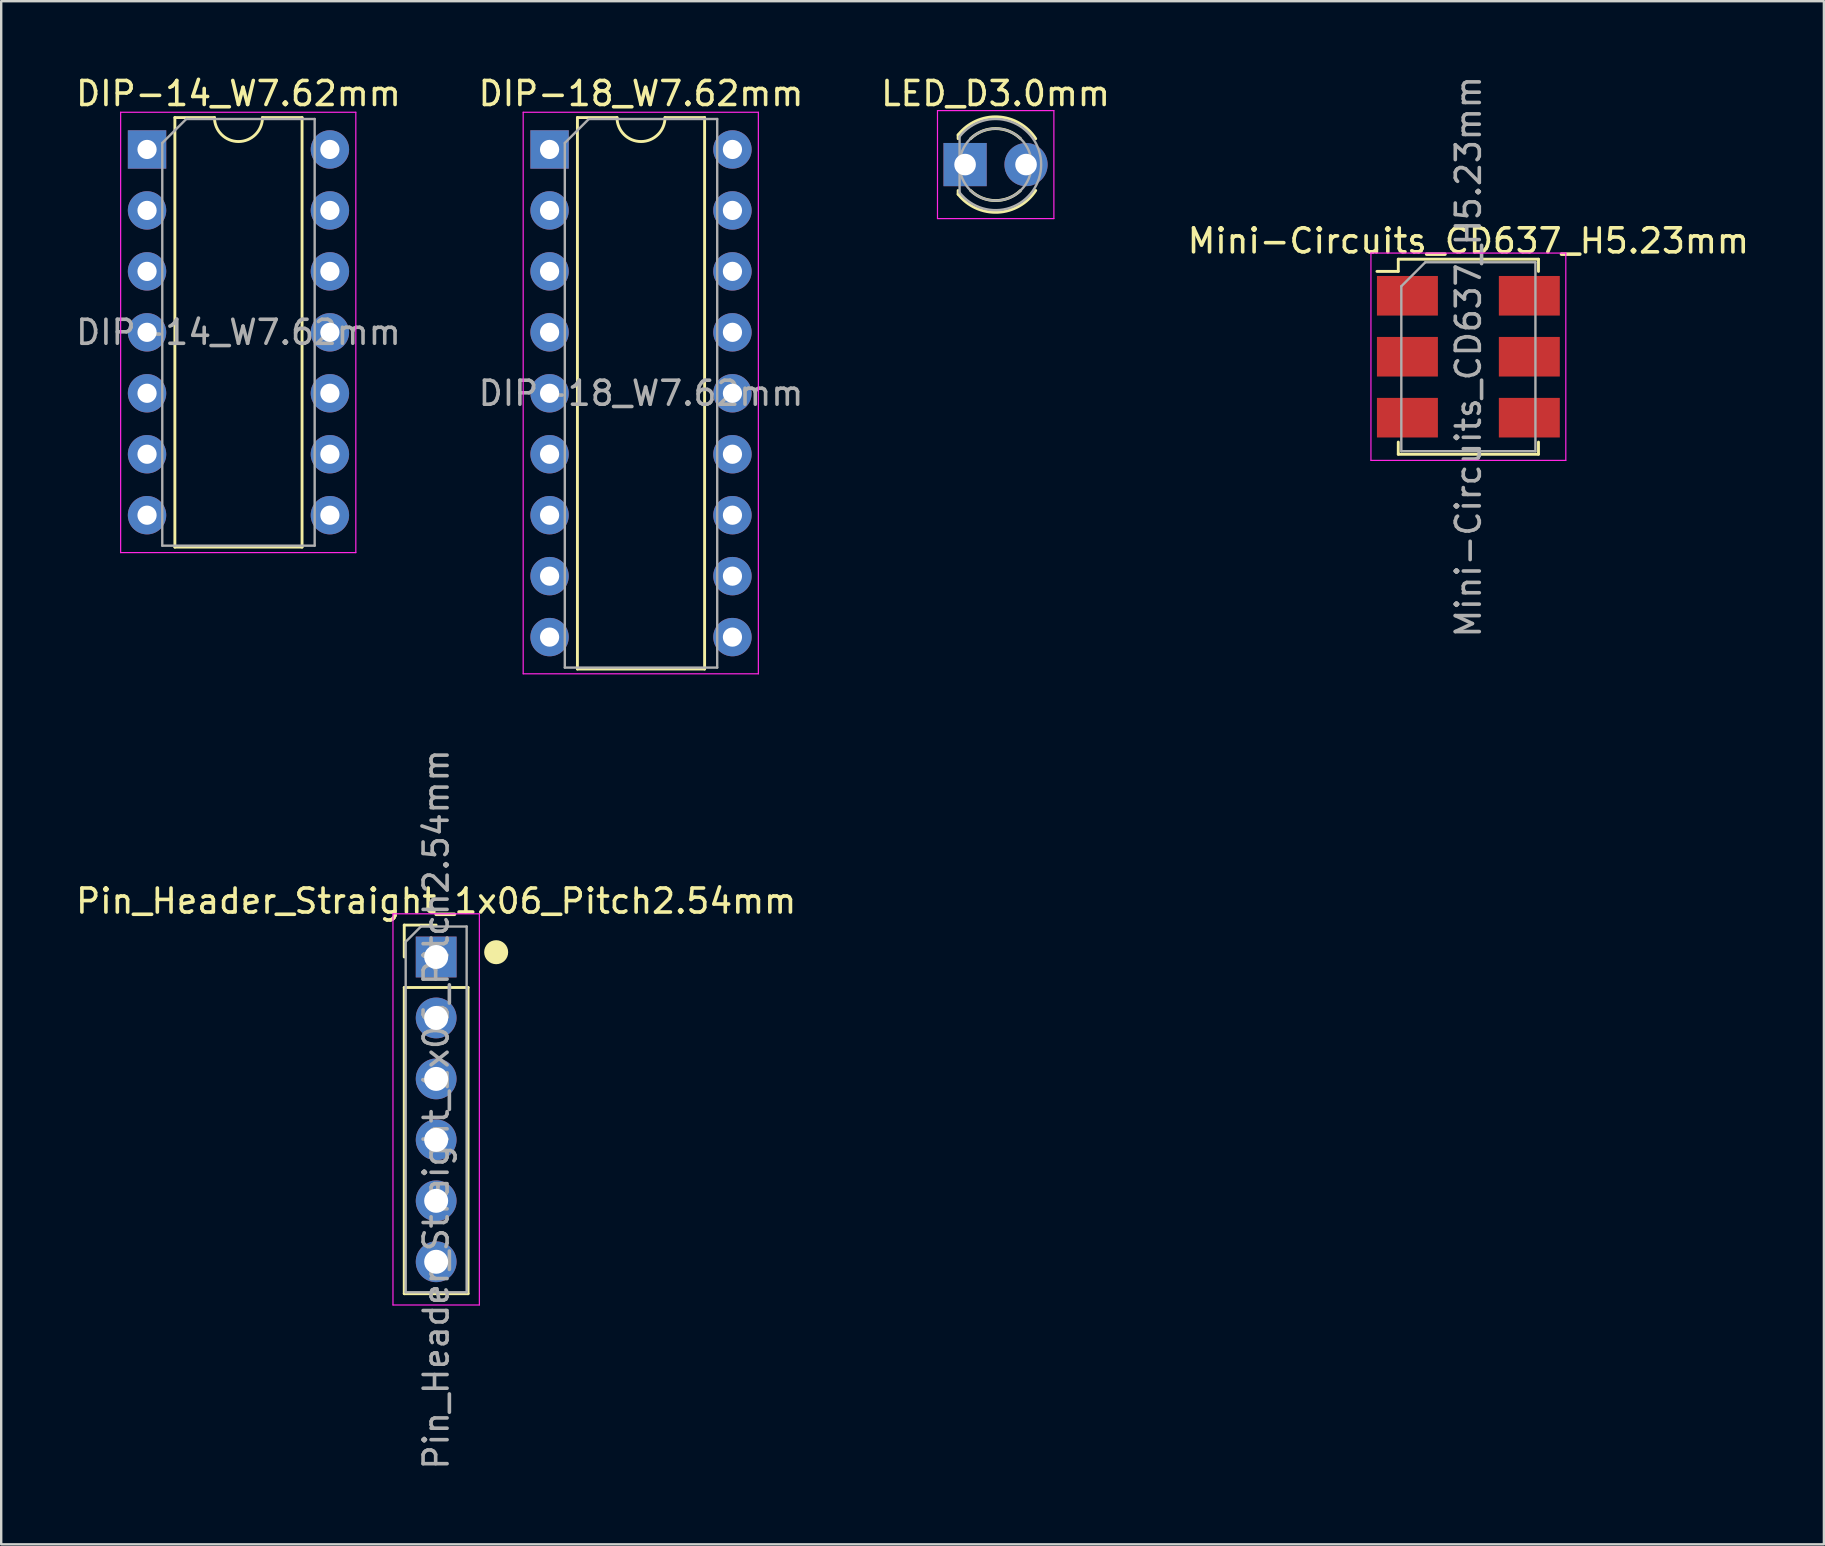
<source format=kicad_pcb>
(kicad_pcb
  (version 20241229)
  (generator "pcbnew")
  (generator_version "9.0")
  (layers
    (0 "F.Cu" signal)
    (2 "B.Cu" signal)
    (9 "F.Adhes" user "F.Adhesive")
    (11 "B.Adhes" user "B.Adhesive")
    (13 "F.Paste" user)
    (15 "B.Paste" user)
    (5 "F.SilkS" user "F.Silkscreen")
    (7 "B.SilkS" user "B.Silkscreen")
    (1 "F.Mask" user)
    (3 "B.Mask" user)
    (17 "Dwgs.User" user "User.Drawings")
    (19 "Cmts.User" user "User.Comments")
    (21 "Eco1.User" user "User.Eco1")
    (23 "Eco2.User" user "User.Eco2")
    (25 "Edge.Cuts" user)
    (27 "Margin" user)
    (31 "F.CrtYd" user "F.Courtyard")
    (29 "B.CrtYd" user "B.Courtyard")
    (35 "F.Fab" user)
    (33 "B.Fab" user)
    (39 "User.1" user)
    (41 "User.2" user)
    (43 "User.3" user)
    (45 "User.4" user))
  (footprint "DIP-18_W7.62mm"
    (layer "F.Cu")
    (at 19.851 3.178)
    (property "Reference" "DIP-18_W7.62mm" (at 3.81 -2.33 0) (layer "F.SilkS") (effects (font (size 1 1) (thickness 0.15))))
    (attr through_hole)
    (fp_line (start 1.16 -1.33) (end 1.16 21.65) (stroke (width 0.12) (type solid)) (layer "F.SilkS"))
    (fp_line (start 1.16 21.65) (end 6.46 21.65) (stroke (width 0.12) (type solid)) (layer "F.SilkS"))
    (fp_line (start 2.81 -1.33) (end 1.16 -1.33) (stroke (width 0.12) (type solid)) (layer "F.SilkS"))
    (fp_line (start 6.46 -1.33) (end 4.81 -1.33) (stroke (width 0.12) (type solid)) (layer "F.SilkS"))
    (fp_line (start 6.46 21.65) (end 6.46 -1.33) (stroke (width 0.12) (type solid)) (layer "F.SilkS"))
    (fp_arc (start 4.81 -1.33) (mid 3.81 -0.33) (end 2.81 -1.33) (stroke (width 0.12) (type solid)) (layer "F.SilkS"))
    (fp_line (start -1.1 -1.55) (end -1.1 21.85) (stroke (width 0.05) (type solid)) (layer "F.CrtYd"))
    (fp_line (start -1.1 21.85) (end 8.7 21.85) (stroke (width 0.05) (type solid)) (layer "F.CrtYd"))
    (fp_line (start 8.7 -1.55) (end -1.1 -1.55) (stroke (width 0.05) (type solid)) (layer "F.CrtYd"))
    (fp_line (start 8.7 21.85) (end 8.7 -1.55) (stroke (width 0.05) (type solid)) (layer "F.CrtYd"))
    (fp_line (start 0.635 -0.27) (end 1.635 -1.27) (stroke (width 0.1) (type solid)) (layer "F.Fab"))
    (fp_line (start 0.635 21.59) (end 0.635 -0.27) (stroke (width 0.1) (type solid)) (layer "F.Fab"))
    (fp_line (start 1.635 -1.27) (end 6.985 -1.27) (stroke (width 0.1) (type solid)) (layer "F.Fab"))
    (fp_line (start 6.985 -1.27) (end 6.985 21.59) (stroke (width 0.1) (type solid)) (layer "F.Fab"))
    (fp_line (start 6.985 21.59) (end 0.635 21.59) (stroke (width 0.1) (type solid)) (layer "F.Fab"))
    (fp_text user "${REFERENCE}" (at 3.81 10.16 0) (layer "F.Fab") (effects (font (size 1 1) (thickness 0.15))))
    (pad "1" thru_hole rect (at 0 0) (size 1.6 1.6) (drill 0.8) (layers "*.Cu" "*.Mask"))
    (pad "2" thru_hole oval (at 0 2.54) (size 1.6 1.6) (drill 0.8) (layers "*.Cu" "*.Mask"))
    (pad "3" thru_hole oval (at 0 5.08) (size 1.6 1.6) (drill 0.8) (layers "*.Cu" "*.Mask"))
    (pad "4" thru_hole oval (at 0 7.62) (size 1.6 1.6) (drill 0.8) (layers "*.Cu" "*.Mask"))
    (pad "5" thru_hole oval (at 0 10.16) (size 1.6 1.6) (drill 0.8) (layers "*.Cu" "*.Mask"))
    (pad "6" thru_hole oval (at 0 12.7) (size 1.6 1.6) (drill 0.8) (layers "*.Cu" "*.Mask"))
    (pad "7" thru_hole oval (at 0 15.24) (size 1.6 1.6) (drill 0.8) (layers "*.Cu" "*.Mask"))
    (pad "8" thru_hole oval (at 0 17.78) (size 1.6 1.6) (drill 0.8) (layers "*.Cu" "*.Mask"))
    (pad "9" thru_hole oval (at 0 20.32) (size 1.6 1.6) (drill 0.8) (layers "*.Cu" "*.Mask"))
    (pad "10" thru_hole oval (at 7.62 20.32) (size 1.6 1.6) (drill 0.8) (layers "*.Cu" "*.Mask"))
    (pad "11" thru_hole oval (at 7.62 17.78) (size 1.6 1.6) (drill 0.8) (layers "*.Cu" "*.Mask"))
    (pad "12" thru_hole oval (at 7.62 15.24) (size 1.6 1.6) (drill 0.8) (layers "*.Cu" "*.Mask"))
    (pad "13" thru_hole oval (at 7.62 12.7) (size 1.6 1.6) (drill 0.8) (layers "*.Cu" "*.Mask"))
    (pad "14" thru_hole oval (at 7.62 10.16) (size 1.6 1.6) (drill 0.8) (layers "*.Cu" "*.Mask"))
    (pad "15" thru_hole oval (at 7.62 7.62) (size 1.6 1.6) (drill 0.8) (layers "*.Cu" "*.Mask"))
    (pad "16" thru_hole oval (at 7.62 5.08) (size 1.6 1.6) (drill 0.8) (layers "*.Cu" "*.Mask"))
    (pad "17" thru_hole oval (at 7.62 2.54) (size 1.6 1.6) (drill 0.8) (layers "*.Cu" "*.Mask"))
    (pad "18" thru_hole oval (at 7.62 0) (size 1.6 1.6) (drill 0.8) (layers "*.Cu" "*.Mask")))
  (footprint "DIP-14_W7.62mm"
    (layer "F.Cu")
    (at 3.077 3.178)
    (property "Reference" "DIP-14_W7.62mm" (at 3.81 -2.33 0) (layer "F.SilkS") (effects (font (size 1 1) (thickness 0.15))))
    (attr through_hole)
    (fp_line (start 1.16 -1.33) (end 1.16 16.57) (stroke (width 0.12) (type solid)) (layer "F.SilkS"))
    (fp_line (start 1.16 16.57) (end 6.46 16.57) (stroke (width 0.12) (type solid)) (layer "F.SilkS"))
    (fp_line (start 2.81 -1.33) (end 1.16 -1.33) (stroke (width 0.12) (type solid)) (layer "F.SilkS"))
    (fp_line (start 6.46 -1.33) (end 4.81 -1.33) (stroke (width 0.12) (type solid)) (layer "F.SilkS"))
    (fp_line (start 6.46 16.57) (end 6.46 -1.33) (stroke (width 0.12) (type solid)) (layer "F.SilkS"))
    (fp_arc (start 4.81 -1.33) (mid 3.81 -0.33) (end 2.81 -1.33) (stroke (width 0.12) (type solid)) (layer "F.SilkS"))
    (fp_line (start -1.1 -1.55) (end -1.1 16.8) (stroke (width 0.05) (type solid)) (layer "F.CrtYd"))
    (fp_line (start -1.1 16.8) (end 8.7 16.8) (stroke (width 0.05) (type solid)) (layer "F.CrtYd"))
    (fp_line (start 8.7 -1.55) (end -1.1 -1.55) (stroke (width 0.05) (type solid)) (layer "F.CrtYd"))
    (fp_line (start 8.7 16.8) (end 8.7 -1.55) (stroke (width 0.05) (type solid)) (layer "F.CrtYd"))
    (fp_line (start 0.635 -0.27) (end 1.635 -1.27) (stroke (width 0.1) (type solid)) (layer "F.Fab"))
    (fp_line (start 0.635 16.51) (end 0.635 -0.27) (stroke (width 0.1) (type solid)) (layer "F.Fab"))
    (fp_line (start 1.635 -1.27) (end 6.985 -1.27) (stroke (width 0.1) (type solid)) (layer "F.Fab"))
    (fp_line (start 6.985 -1.27) (end 6.985 16.51) (stroke (width 0.1) (type solid)) (layer "F.Fab"))
    (fp_line (start 6.985 16.51) (end 0.635 16.51) (stroke (width 0.1) (type solid)) (layer "F.Fab"))
    (fp_text user "${REFERENCE}" (at 3.81 7.62 0) (layer "F.Fab") (effects (font (size 1 1) (thickness 0.15))))
    (pad "1" thru_hole rect (at 0 0) (size 1.6 1.6) (drill 0.8) (layers "*.Cu" "*.Mask"))
    (pad "2" thru_hole oval (at 0 2.54) (size 1.6 1.6) (drill 0.8) (layers "*.Cu" "*.Mask"))
    (pad "3" thru_hole oval (at 0 5.08) (size 1.6 1.6) (drill 0.8) (layers "*.Cu" "*.Mask"))
    (pad "4" thru_hole oval (at 0 7.62) (size 1.6 1.6) (drill 0.8) (layers "*.Cu" "*.Mask"))
    (pad "5" thru_hole oval (at 0 10.16) (size 1.6 1.6) (drill 0.8) (layers "*.Cu" "*.Mask"))
    (pad "6" thru_hole oval (at 0 12.7) (size 1.6 1.6) (drill 0.8) (layers "*.Cu" "*.Mask"))
    (pad "7" thru_hole oval (at 0 15.24) (size 1.6 1.6) (drill 0.8) (layers "*.Cu" "*.Mask"))
    (pad "8" thru_hole oval (at 7.62 15.24) (size 1.6 1.6) (drill 0.8) (layers "*.Cu" "*.Mask"))
    (pad "9" thru_hole oval (at 7.62 12.7) (size 1.6 1.6) (drill 0.8) (layers "*.Cu" "*.Mask"))
    (pad "10" thru_hole oval (at 7.62 10.16) (size 1.6 1.6) (drill 0.8) (layers "*.Cu" "*.Mask"))
    (pad "11" thru_hole oval (at 7.62 7.62) (size 1.6 1.6) (drill 0.8) (layers "*.Cu" "*.Mask"))
    (pad "12" thru_hole oval (at 7.62 5.08) (size 1.6 1.6) (drill 0.8) (layers "*.Cu" "*.Mask"))
    (pad "13" thru_hole oval (at 7.62 2.54) (size 1.6 1.6) (drill 0.8) (layers "*.Cu" "*.Mask"))
    (pad "14" thru_hole oval (at 7.62 0) (size 1.6 1.6) (drill 0.8) (layers "*.Cu" "*.Mask")))
  (footprint "Mini-Circuits_CD637_H5.23mm"
    (layer "F.Cu")
    (at 58.137 11.815)
    (property "Reference" "Mini-Circuits_CD637_H5.23mm" (at 0 -4.826 0) (layer "F.SilkS") (effects (font (size 1 1) (thickness 0.15))))
    (attr smd)
    (fp_line (start -2.921 -4.064) (end -2.921 -3.556) (stroke (width 0.12) (type solid)) (layer "F.SilkS"))
    (fp_line (start -2.921 -3.556) (end -3.81 -3.556) (stroke (width 0.12) (type solid)) (layer "F.SilkS"))
    (fp_line (start -2.921 3.556) (end -2.921 4.064) (stroke (width 0.12) (type solid)) (layer "F.SilkS"))
    (fp_line (start -2.921 4.064) (end 2.921 4.064) (stroke (width 0.12) (type solid)) (layer "F.SilkS"))
    (fp_line (start 2.921 -4.064) (end -2.921 -4.064) (stroke (width 0.12) (type solid)) (layer "F.SilkS"))
    (fp_line (start 2.921 -3.556) (end 2.921 -4.064) (stroke (width 0.12) (type solid)) (layer "F.SilkS"))
    (fp_line (start 2.921 4.064) (end 2.921 3.556) (stroke (width 0.12) (type solid)) (layer "F.SilkS"))
    (fp_line (start -4.06 4.32) (end -4.06 -4.32) (stroke (width 0.05) (type solid)) (layer "F.CrtYd"))
    (fp_line (start 4.06 -4.32) (end -4.06 -4.32) (stroke (width 0.05) (type solid)) (layer "F.CrtYd"))
    (fp_line (start 4.06 4.32) (end -4.06 4.32) (stroke (width 0.05) (type solid)) (layer "F.CrtYd"))
    (fp_line (start 4.06 4.32) (end 4.06 -4.32) (stroke (width 0.05) (type solid)) (layer "F.CrtYd"))
    (fp_line (start -2.794 3.937) (end -2.794 -2.937) (stroke (width 0.1) (type solid)) (layer "F.Fab"))
    (fp_line (start -1.794 -3.937) (end -2.794 -2.937) (stroke (width 0.1) (type solid)) (layer "F.Fab"))
    (fp_line (start -1.794 -3.937) (end 2.794 -3.937) (stroke (width 0.1) (type solid)) (layer "F.Fab"))
    (fp_line (start 2.794 -3.937) (end 2.794 3.937) (stroke (width 0.1) (type solid)) (layer "F.Fab"))
    (fp_line (start 2.794 3.937) (end -2.794 3.937) (stroke (width 0.1) (type solid)) (layer "F.Fab"))
    (fp_text user "${REFERENCE}" (at 0 0 90) (layer "F.Fab") (effects (font (size 1 1) (thickness 0.15))))
    (pad "1" smd rect (at -2.54 -2.54) (size 2.54 1.65) (layers "F.Cu" "F.Mask" "F.Paste"))
    (pad "2" smd rect (at -2.54 0) (size 2.54 1.65) (layers "F.Cu" "F.Mask" "F.Paste"))
    (pad "3" smd rect (at -2.54 2.54) (size 2.54 1.65) (layers "F.Cu" "F.Mask" "F.Paste"))
    (pad "4" smd rect (at 2.54 2.54) (size 2.54 1.65) (layers "F.Cu" "F.Mask" "F.Paste"))
    (pad "5" smd rect (at 2.54 0) (size 2.54 1.65) (layers "F.Cu" "F.Mask" "F.Paste"))
    (pad "6" smd rect (at 2.54 -2.54) (size 2.54 1.65) (layers "F.Cu" "F.Mask" "F.Paste")))
  (footprint "Pin_Header_Straight_1x06_Pitch2.54mm"
    (layer "F.Cu")
    (at 15.125 36.828)
    (property "Reference" "Pin_Header_Straight_1x06_Pitch2.54mm" (at 0 -2.33 0) (layer "F.SilkS") (effects (font (size 1 1) (thickness 0.15))))
    (attr through_hole)
    (fp_line (start -1.33 -1.33) (end 0 -1.33) (stroke (width 0.12) (type solid)) (layer "F.SilkS"))
    (fp_line (start -1.33 0) (end -1.33 -1.33) (stroke (width 0.12) (type solid)) (layer "F.SilkS"))
    (fp_line (start -1.33 1.27) (end -1.33 14.03) (stroke (width 0.12) (type solid)) (layer "F.SilkS"))
    (fp_line (start -1.33 1.27) (end 1.33 1.27) (stroke (width 0.12) (type solid)) (layer "F.SilkS"))
    (fp_line (start -1.33 14.03) (end 1.33 14.03) (stroke (width 0.12) (type solid)) (layer "F.SilkS"))
    (fp_line (start 1.33 1.27) (end 1.33 14.03) (stroke (width 0.12) (type solid)) (layer "F.SilkS"))
    (fp_circle (center 2.5 -0.2) (end 2.75 -0.2) (stroke (width 0.5) (type solid)) (fill no) (layer "F.SilkS"))
    (fp_line (start -1.8 -1.8) (end -1.8 14.5) (stroke (width 0.05) (type solid)) (layer "F.CrtYd"))
    (fp_line (start -1.8 14.5) (end 1.8 14.5) (stroke (width 0.05) (type solid)) (layer "F.CrtYd"))
    (fp_line (start 1.8 -1.8) (end -1.8 -1.8) (stroke (width 0.05) (type solid)) (layer "F.CrtYd"))
    (fp_line (start 1.8 14.5) (end 1.8 -1.8) (stroke (width 0.05) (type solid)) (layer "F.CrtYd"))
    (fp_line (start -1.27 -0.635) (end -0.635 -1.27) (stroke (width 0.1) (type solid)) (layer "F.Fab"))
    (fp_line (start -1.27 13.97) (end -1.27 -0.635) (stroke (width 0.1) (type solid)) (layer "F.Fab"))
    (fp_line (start -0.635 -1.27) (end 1.27 -1.27) (stroke (width 0.1) (type solid)) (layer "F.Fab"))
    (fp_line (start 1.27 -1.27) (end 1.27 13.97) (stroke (width 0.1) (type solid)) (layer "F.Fab"))
    (fp_line (start 1.27 13.97) (end -1.27 13.97) (stroke (width 0.1) (type solid)) (layer "F.Fab"))
    (fp_text user "${REFERENCE}" (at 0 6.35 90) (layer "F.Fab") (effects (font (size 1 1) (thickness 0.15))))
    (pad "1" thru_hole rect (at 0 0) (size 1.7 1.7) (drill 1) (layers "*.Cu" "*.Mask"))
    (pad "2" thru_hole oval (at 0 2.54) (size 1.7 1.7) (drill 1) (layers "*.Cu" "*.Mask"))
    (pad "3" thru_hole oval (at 0 5.08) (size 1.7 1.7) (drill 1) (layers "*.Cu" "*.Mask"))
    (pad "4" thru_hole oval (at 0 7.62) (size 1.7 1.7) (drill 1) (layers "*.Cu" "*.Mask"))
    (pad "5" thru_hole oval (at 0 10.16) (size 1.7 1.7) (drill 1) (layers "*.Cu" "*.Mask"))
    (pad "6" thru_hole oval (at 0 12.7) (size 1.7 1.7) (drill 1) (layers "*.Cu" "*.Mask")))
  (footprint "LED_D3.0mm"
    (layer "F.Cu")
    (at 37.165 3.808)
    (property "Reference" "LED_D3.0mm" (at 1.27 -2.96 0) (layer "F.SilkS") (effects (font (size 1 1) (thickness 0.15))))
    (attr through_hole)
    (fp_line (start -0.29 -1.236) (end -0.29 -1.08) (stroke (width 0.12) (type solid)) (layer "F.SilkS"))
    (fp_line (start -0.29 1.08) (end -0.29 1.236) (stroke (width 0.12) (type solid)) (layer "F.SilkS"))
    (fp_arc (start -0.29 -1.235516) (mid 1.366487 -1.987659) (end 2.942335 -1.078608) (stroke (width 0.12) (type solid)) (layer "F.SilkS"))
    (fp_arc (start 0.229039 -1.08) (mid 1.270117 -1.5) (end 2.31113 -1.079837) (stroke (width 0.12) (type solid)) (layer "F.SilkS"))
    (fp_arc (start 2.31113 1.079837) (mid 1.270117 1.5) (end 0.229039 1.08) (stroke (width 0.12) (type solid)) (layer "F.SilkS"))
    (fp_arc (start 2.942335 1.078608) (mid 1.366487 1.987659) (end -0.29 1.235516) (stroke (width 0.12) (type solid)) (layer "F.SilkS"))
    (fp_line (start -1.15 -2.25) (end -1.15 2.25) (stroke (width 0.05) (type solid)) (layer "F.CrtYd"))
    (fp_line (start -1.15 2.25) (end 3.7 2.25) (stroke (width 0.05) (type solid)) (layer "F.CrtYd"))
    (fp_line (start 3.7 -2.25) (end -1.15 -2.25) (stroke (width 0.05) (type solid)) (layer "F.CrtYd"))
    (fp_line (start 3.7 2.25) (end 3.7 -2.25) (stroke (width 0.05) (type solid)) (layer "F.CrtYd"))
    (fp_line (start -0.23 -1.166) (end -0.23 1.166) (stroke (width 0.1) (type solid)) (layer "F.Fab"))
    (fp_arc (start -0.23 -1.16619) (mid 3.17 0.000452) (end -0.230555 1.165476) (stroke (width 0.1) (type solid)) (layer "F.Fab"))
    (fp_circle (center 1.27 0) (end 2.77 0) (stroke (width 0.1) (type solid)) (fill no) (layer "F.Fab"))
    (pad "1" thru_hole rect (at 0 0) (size 1.8 1.8) (drill 0.9) (layers "*.Cu" "*.Mask"))
    (pad "2" thru_hole circle (at 2.54 0) (size 1.8 1.8) (drill 0.9) (layers "*.Cu" "*.Mask")))
  (gr_rect
    (start -3 -3)
    (end 72.952 61.303)
    (stroke (width 0.1) (type default))
    (fill no)
    (layer "Edge.Cuts")))
</source>
